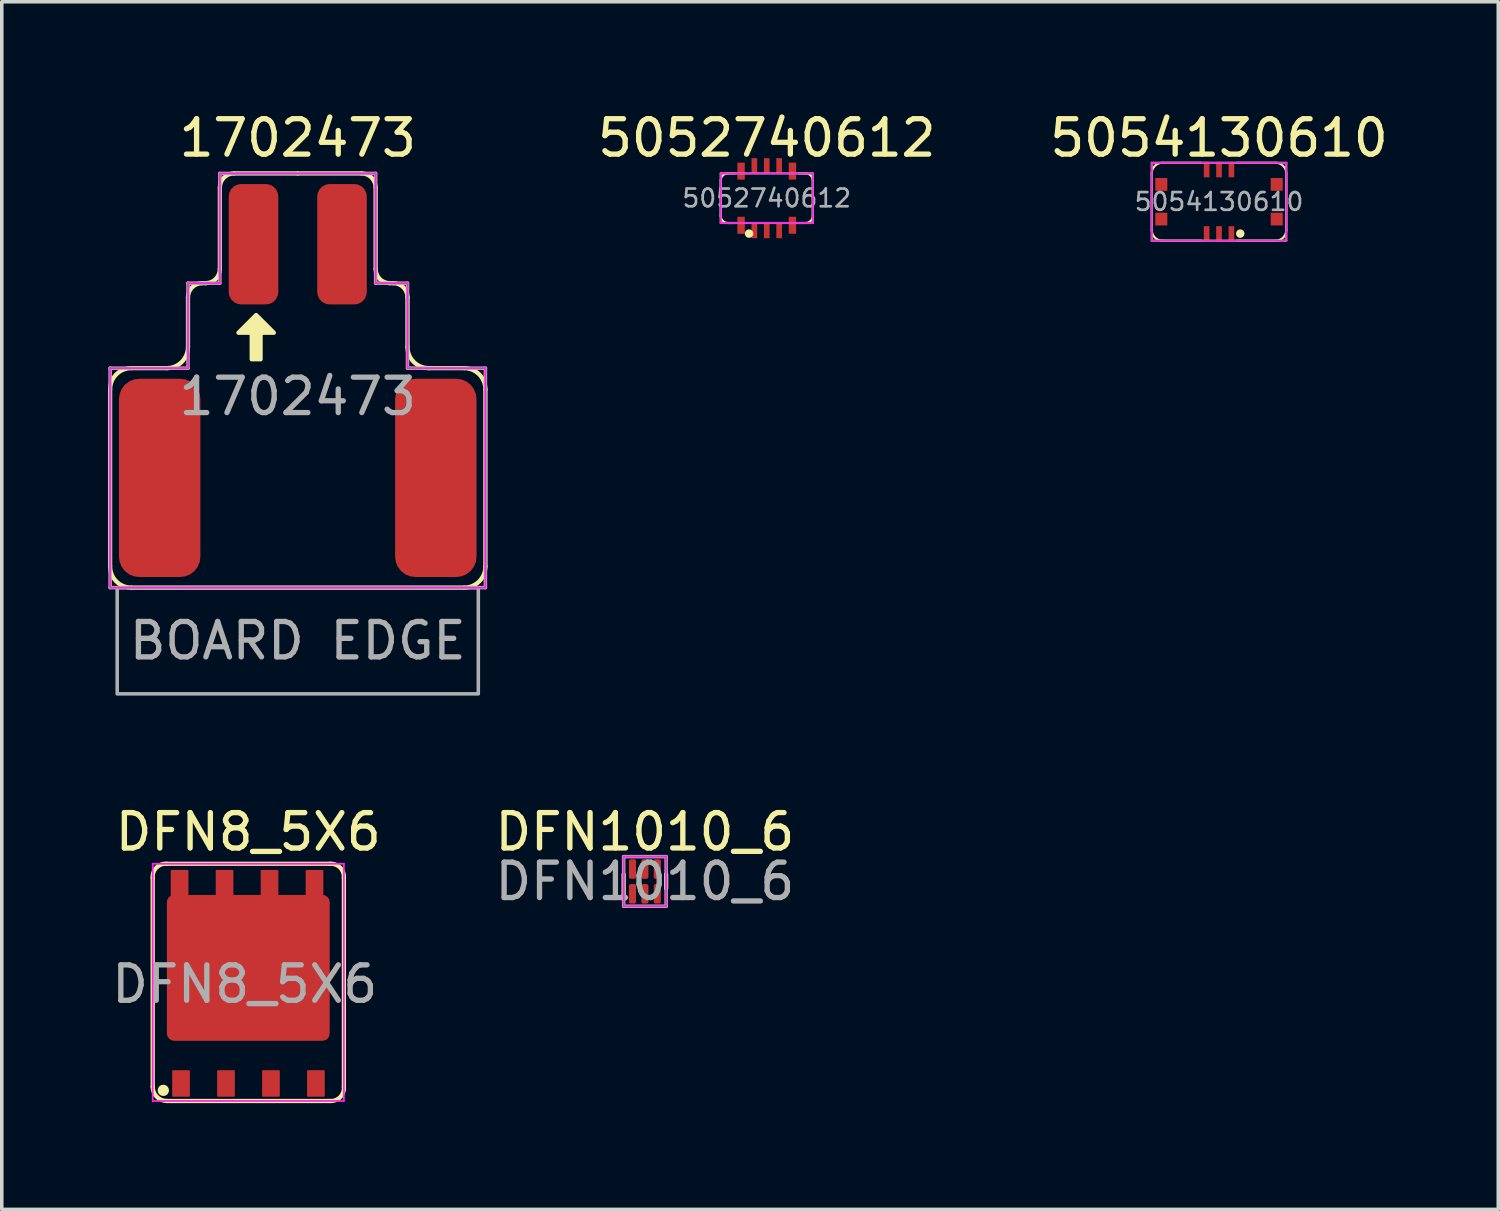
<source format=kicad_pcb>
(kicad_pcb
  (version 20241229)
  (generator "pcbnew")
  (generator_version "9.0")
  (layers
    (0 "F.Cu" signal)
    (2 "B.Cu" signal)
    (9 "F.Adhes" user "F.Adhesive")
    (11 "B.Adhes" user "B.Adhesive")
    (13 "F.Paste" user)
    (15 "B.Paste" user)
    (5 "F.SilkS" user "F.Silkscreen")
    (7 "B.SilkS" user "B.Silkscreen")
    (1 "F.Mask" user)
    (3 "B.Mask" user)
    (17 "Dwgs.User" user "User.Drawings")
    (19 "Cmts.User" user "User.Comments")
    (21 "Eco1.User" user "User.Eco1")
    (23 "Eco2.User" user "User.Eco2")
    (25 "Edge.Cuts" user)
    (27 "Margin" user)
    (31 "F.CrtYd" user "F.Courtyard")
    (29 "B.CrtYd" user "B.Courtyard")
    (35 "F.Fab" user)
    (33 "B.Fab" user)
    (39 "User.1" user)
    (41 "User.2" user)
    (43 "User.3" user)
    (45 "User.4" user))
  (footprint "5052740612"
    (layer "F.Cu")
    (at 18.607 2.548)
    (property "Reference" "5052740612" (at 0 -1.7 0) (unlocked yes) (layer "F.SilkS") (effects (font (size 1 1) (thickness 0.15))))
    (attr smd)
    (fp_line (start -1.3 0.5) (end -1.3 -0.5) (stroke (width 0.06) (type solid)) (layer "F.SilkS"))
    (fp_line (start -1.1 -0.7) (end -0.9 -0.7) (stroke (width 0.06) (type solid)) (layer "F.SilkS"))
    (fp_line (start -0.9 0.7) (end -1.1 0.7) (stroke (width 0.06) (type solid)) (layer "F.SilkS"))
    (fp_line (start 0.9 -0.7) (end 1.1 -0.7) (stroke (width 0.06) (type solid)) (layer "F.SilkS"))
    (fp_line (start 1.1 0.7) (end 0.9 0.7) (stroke (width 0.06) (type solid)) (layer "F.SilkS"))
    (fp_line (start 1.3 -0.5) (end 1.3 0.5) (stroke (width 0.06) (type solid)) (layer "F.SilkS"))
    (fp_arc (start -1.3 -0.5) (mid -1.241421 -0.641421) (end -1.1 -0.7) (stroke (width 0.06) (type solid)) (layer "F.SilkS"))
    (fp_arc (start -1.1 0.699999) (mid -1.241421 0.64142) (end -1.3 0.499999) (stroke (width 0.06) (type solid)) (layer "F.SilkS"))
    (fp_arc (start 1.1 -0.699999) (mid 1.241421 -0.64142) (end 1.3 -0.499999) (stroke (width 0.06) (type solid)) (layer "F.SilkS"))
    (fp_arc (start 1.299999 0.5) (mid 1.24142 0.641421) (end 1.099999 0.7) (stroke (width 0.06) (type solid)) (layer "F.SilkS"))
    (fp_circle (center -0.5 1) (end -0.5 1) (stroke (width 0.12) (type solid)) (fill no) (layer "F.SilkS"))
    (fp_line (start -1.3 -0.7) (end 1.3 -0.7) (stroke (width 0.05) (type solid)) (layer "F.CrtYd"))
    (fp_line (start -1.3 0.7) (end -1.3 -0.7) (stroke (width 0.05) (type solid)) (layer "F.CrtYd"))
    (fp_line (start 1.3 -0.7) (end 1.3 0.7) (stroke (width 0.05) (type solid)) (layer "F.CrtYd"))
    (fp_line (start 1.3 0.7) (end -1.3 0.7) (stroke (width 0.05) (type solid)) (layer "F.CrtYd"))
    (fp_line (start -1.3 -0.7) (end 1.3 -0.7) (stroke (width 0.06) (type solid)) (layer "F.Fab"))
    (fp_line (start -1.3 0.7) (end -1.3 -0.7) (stroke (width 0.06) (type solid)) (layer "F.Fab"))
    (fp_line (start 1.3 -0.7) (end 1.3 0.7) (stroke (width 0.06) (type solid)) (layer "F.Fab"))
    (fp_line (start 1.3 0.7) (end -1.3 0.7) (stroke (width 0.06) (type solid)) (layer "F.Fab"))
    (fp_text user "${REFERENCE}" (at 0 0 0) (unlocked yes) (layer "F.Fab") (effects (font (size 0.5 0.5) (thickness 0.075))))
    (pad "1" smd rect (at -0.35 0.91) (size 0.16 0.44) (layers "F.Cu" "F.Mask" "F.Paste"))
    (pad "2" smd rect (at -0.35 -0.91) (size 0.16 0.44) (layers "F.Cu" "F.Mask" "F.Paste"))
    (pad "3" smd rect (at 0 0.91) (size 0.16 0.44) (layers "F.Cu" "F.Mask" "F.Paste"))
    (pad "4" smd rect (at 0 -0.91) (size 0.16 0.44) (layers "F.Cu" "F.Mask" "F.Paste"))
    (pad "5" smd rect (at 0.35 0.91) (size 0.16 0.44) (layers "F.Cu" "F.Mask" "F.Paste"))
    (pad "6" smd rect (at 0.35 -0.91) (size 0.16 0.44) (layers "F.Cu" "F.Mask" "F.Paste"))
    (pad "X1" smd rect (at -0.725 -0.765) (size 0.21 0.48) (layers "F.Cu" "F.Mask" "F.Paste"))
    (pad "X1" smd rect (at -0.725 0.765) (size 0.21 0.48) (layers "F.Cu" "F.Mask" "F.Paste"))
    (pad "X2" smd rect (at 0.725 -0.765) (size 0.21 0.48) (layers "F.Cu" "F.Mask" "F.Paste"))
    (pad "X2" smd rect (at 0.725 0.765) (size 0.21 0.48) (layers "F.Cu" "F.Mask" "F.Paste")))
  (footprint "1702473"
    (layer "F.Cu")
    (at 5.36 3.848)
    (property "Reference" "1702473" (at 0 -3 0) (unlocked yes) (layer "F.SilkS") (effects (font (size 1 1) (thickness 0.15))))
    (attr smd)
    (fp_line (start -5.3 9.1) (end -5.3 4.1) (stroke (width 0.12) (type solid)) (layer "F.SilkS"))
    (fp_line (start -4.7 3.5) (end -3.7 3.5) (stroke (width 0.12) (type solid)) (layer "F.SilkS"))
    (fp_line (start -4.7 9.7) (end 4.7 9.7) (stroke (width 0.12) (type solid)) (layer "F.SilkS"))
    (fp_line (start -3.1 2.9) (end -3.1 1.5) (stroke (width 0.12) (type solid)) (layer "F.SilkS"))
    (fp_line (start -2.7 1.1) (end -2.6 1.1) (stroke (width 0.12) (type solid)) (layer "F.SilkS"))
    (fp_line (start -2.2 0.7) (end -2.2 -1.6) (stroke (width 0.12) (type solid)) (layer "F.SilkS"))
    (fp_line (start -1.8 -2) (end 0 -2) (stroke (width 0.12) (type solid)) (layer "F.SilkS"))
    (fp_line (start 1.8 -2) (end 0 -2) (stroke (width 0.12) (type solid)) (layer "F.SilkS"))
    (fp_line (start 2.2 0.7) (end 2.2 -1.6) (stroke (width 0.12) (type solid)) (layer "F.SilkS"))
    (fp_line (start 2.7 1.1) (end 2.6 1.1) (stroke (width 0.12) (type solid)) (layer "F.SilkS"))
    (fp_line (start 3.1 2.9) (end 3.1 1.5) (stroke (width 0.12) (type solid)) (layer "F.SilkS"))
    (fp_line (start 3.7 3.5) (end 4.7 3.5) (stroke (width 0.12) (type solid)) (layer "F.SilkS"))
    (fp_line (start 5.3 9.1) (end 5.3 4.1) (stroke (width 0.12) (type solid)) (layer "F.SilkS"))
    (fp_arc (start -5.3 4.1) (mid -5.124264 3.675736) (end -4.7 3.5) (stroke (width 0.12) (type solid)) (layer "F.SilkS"))
    (fp_arc (start -4.7 9.7) (mid -5.124264 9.524264) (end -5.3 9.1) (stroke (width 0.12) (type solid)) (layer "F.SilkS"))
    (fp_arc (start -3.1 1.5) (mid -2.982843 1.217157) (end -2.7 1.1) (stroke (width 0.12) (type solid)) (layer "F.SilkS"))
    (fp_arc (start -3.1 2.9) (mid -3.275736 3.324264) (end -3.7 3.5) (stroke (width 0.12) (type solid)) (layer "F.SilkS"))
    (fp_arc (start -2.2 -1.6) (mid -2.082843 -1.882843) (end -1.8 -2) (stroke (width 0.12) (type solid)) (layer "F.SilkS"))
    (fp_arc (start -2.2 0.7) (mid -2.317157 0.982843) (end -2.6 1.1) (stroke (width 0.12) (type solid)) (layer "F.SilkS"))
    (fp_arc (start 1.8 -2) (mid 2.082843 -1.882843) (end 2.2 -1.6) (stroke (width 0.12) (type solid)) (layer "F.SilkS"))
    (fp_arc (start 2.6 1.1) (mid 2.317157 0.982843) (end 2.2 0.7) (stroke (width 0.12) (type solid)) (layer "F.SilkS"))
    (fp_arc (start 2.7 1.1) (mid 2.982843 1.217157) (end 3.1 1.5) (stroke (width 0.12) (type solid)) (layer "F.SilkS"))
    (fp_arc (start 3.7 3.5) (mid 3.275736 3.324264) (end 3.1 2.9) (stroke (width 0.12) (type solid)) (layer "F.SilkS"))
    (fp_arc (start 4.7 3.5) (mid 5.124264 3.675736) (end 5.3 4.1) (stroke (width 0.12) (type solid)) (layer "F.SilkS"))
    (fp_arc (start 5.3 9.1) (mid 5.124264 9.524264) (end 4.7 9.7) (stroke (width 0.12) (type solid)) (layer "F.SilkS"))
    (fp_poly (pts (xy -1.675 2.5) (xy -1.175 2) (xy -0.675 2.5)) (stroke (width 0.12) (type solid)) (fill yes) (layer "F.SilkS"))
    (fp_poly (pts (xy -1.3 3.25) (xy -1.3 2.5) (xy -1.05 2.5) (xy -1.05 3.25)) (stroke (width 0.12) (type solid)) (fill yes) (layer "F.SilkS"))
    (fp_line (start -5.3 3.5) (end -5.3 9.7) (stroke (width 0.05) (type solid)) (layer "F.CrtYd"))
    (fp_line (start -5.3 9.7) (end 5.3 9.7) (stroke (width 0.05) (type solid)) (layer "F.CrtYd"))
    (fp_line (start -3.1 1.1) (end -3.1 3.5) (stroke (width 0.05) (type solid)) (layer "F.CrtYd"))
    (fp_line (start -3.1 3.5) (end -5.3 3.5) (stroke (width 0.05) (type solid)) (layer "F.CrtYd"))
    (fp_line (start -2.2 -2) (end -2.2 1.1) (stroke (width 0.05) (type solid)) (layer "F.CrtYd"))
    (fp_line (start -2.2 1.1) (end -3.1 1.1) (stroke (width 0.05) (type solid)) (layer "F.CrtYd"))
    (fp_line (start 2.2 -2) (end -2.2 -2) (stroke (width 0.05) (type solid)) (layer "F.CrtYd"))
    (fp_line (start 2.2 1.1) (end 2.2 -2) (stroke (width 0.05) (type solid)) (layer "F.CrtYd"))
    (fp_line (start 3.1 1.1) (end 2.2 1.1) (stroke (width 0.05) (type solid)) (layer "F.CrtYd"))
    (fp_line (start 3.1 3.5) (end 3.1 1.1) (stroke (width 0.05) (type solid)) (layer "F.CrtYd"))
    (fp_line (start 5.3 3.5) (end 3.1 3.5) (stroke (width 0.05) (type solid)) (layer "F.CrtYd"))
    (fp_line (start 5.3 9.7) (end 5.3 3.5) (stroke (width 0.05) (type solid)) (layer "F.CrtYd"))
    (fp_line (start -5.3 3.5) (end -5.3 9.7) (stroke (width 0.1) (type solid)) (layer "F.Fab"))
    (fp_line (start -5.3 9.7) (end 5.3 9.7) (stroke (width 0.1) (type solid)) (layer "F.Fab"))
    (fp_line (start -3.1 1.1) (end -3.1 3.5) (stroke (width 0.1) (type solid)) (layer "F.Fab"))
    (fp_line (start -3.1 3.5) (end -5.3 3.5) (stroke (width 0.1) (type solid)) (layer "F.Fab"))
    (fp_line (start -2.2 -2) (end -2.2 1.1) (stroke (width 0.1) (type solid)) (layer "F.Fab"))
    (fp_line (start -2.2 1.1) (end -3.1 1.1) (stroke (width 0.1) (type solid)) (layer "F.Fab"))
    (fp_line (start 2.2 -2) (end -2.2 -2) (stroke (width 0.1) (type solid)) (layer "F.Fab"))
    (fp_line (start 2.2 1.1) (end 2.2 -2) (stroke (width 0.1) (type solid)) (layer "F.Fab"))
    (fp_line (start 3.1 1.1) (end 2.2 1.1) (stroke (width 0.1) (type solid)) (layer "F.Fab"))
    (fp_line (start 3.1 3.5) (end 3.1 1.1) (stroke (width 0.1) (type solid)) (layer "F.Fab"))
    (fp_line (start 5.3 3.5) (end 3.1 3.5) (stroke (width 0.1) (type solid)) (layer "F.Fab"))
    (fp_line (start 5.3 9.7) (end 5.3 3.5) (stroke (width 0.1) (type solid)) (layer "F.Fab"))
    (fp_rect (start -5.1 12.7) (end 5.1 9.7) (stroke (width 0.1) (type solid)) (fill no) (layer "F.Fab"))
    (fp_text user "BOARD EDGE" (at 0 11.2 0) (unlocked yes) (layer "F.Fab") (effects (font (size 1 1) (thickness 0.15))))
    (fp_text user "${REFERENCE}" (at 0 4.3 0) (unlocked yes) (layer "F.Fab") (effects (font (size 1 1) (thickness 0.15))))
    (pad "1" smd roundrect (at -1.25 0) (size 1.4 3.4) (layers "F.Cu" "F.Mask" "F.Paste") (roundrect_rratio 0.25))
    (pad "2" smd roundrect (at 1.25 0) (size 1.4 3.4) (layers "F.Cu" "F.Mask" "F.Paste") (roundrect_rratio 0.25))
    (pad "X" smd roundrect (at -3.9 6.6) (size 2.3 5.6) (layers "F.Cu" "F.Mask" "F.Paste") (roundrect_rratio 0.25))
    (pad "X" smd roundrect (at 3.9 6.6) (size 2.3 5.6) (layers "F.Cu" "F.Mask" "F.Paste") (roundrect_rratio 0.25)))
  (footprint "5054130610"
    (layer "F.Cu")
    (at 31.381 2.648)
    (property "Reference" "5054130610" (at 0 -1.8 0) (unlocked yes) (layer "F.SilkS") (effects (font (size 1 1) (thickness 0.15))))
    (attr smd)
    (fp_line (start -1.9 0.8) (end -1.9 -0.8) (stroke (width 0.06) (type solid)) (layer "F.SilkS"))
    (fp_line (start -1.6 -1.1) (end -0.5 -1.1) (stroke (width 0.06) (type solid)) (layer "F.SilkS"))
    (fp_line (start -0.5 1.1) (end -1.6 1.1) (stroke (width 0.06) (type solid)) (layer "F.SilkS"))
    (fp_line (start 0.5 -1.1) (end 1.6 -1.1) (stroke (width 0.06) (type solid)) (layer "F.SilkS"))
    (fp_line (start 1.6 1.1) (end 0.5 1.1) (stroke (width 0.06) (type solid)) (layer "F.SilkS"))
    (fp_line (start 1.9 -0.8) (end 1.9 0.8) (stroke (width 0.06) (type solid)) (layer "F.SilkS"))
    (fp_arc (start -1.9 -0.8) (mid -1.812132 -1.012132) (end -1.6 -1.1) (stroke (width 0.06) (type solid)) (layer "F.SilkS"))
    (fp_arc (start -1.6 1.099999) (mid -1.812132 1.012131) (end -1.9 0.799999) (stroke (width 0.06) (type solid)) (layer "F.SilkS"))
    (fp_arc (start 1.6 -1.099999) (mid 1.812132 -1.012131) (end 1.9 -0.799999) (stroke (width 0.06) (type solid)) (layer "F.SilkS"))
    (fp_arc (start 1.899999 0.8) (mid 1.812131 1.012132) (end 1.599999 1.1) (stroke (width 0.06) (type solid)) (layer "F.SilkS"))
    (fp_circle (center 0.6 0.9) (end 0.6 0.9) (stroke (width 0.12) (type solid)) (fill no) (layer "F.SilkS"))
    (fp_line (start -1.9 -1.1) (end 1.9 -1.1) (stroke (width 0.05) (type solid)) (layer "F.CrtYd"))
    (fp_line (start -1.9 1.1) (end -1.9 -1.1) (stroke (width 0.05) (type solid)) (layer "F.CrtYd"))
    (fp_line (start 1.9 -1.1) (end 1.9 1.1) (stroke (width 0.05) (type solid)) (layer "F.CrtYd"))
    (fp_line (start 1.9 1.1) (end -1.9 1.1) (stroke (width 0.05) (type solid)) (layer "F.CrtYd"))
    (fp_line (start -1.9 -1.1) (end 1.9 -1.1) (stroke (width 0.06) (type solid)) (layer "F.Fab"))
    (fp_line (start -1.9 1.1) (end -1.9 -1.1) (stroke (width 0.06) (type solid)) (layer "F.Fab"))
    (fp_line (start 1.9 -1.1) (end 1.9 1.1) (stroke (width 0.06) (type solid)) (layer "F.Fab"))
    (fp_line (start 1.9 1.1) (end -1.9 1.1) (stroke (width 0.06) (type solid)) (layer "F.Fab"))
    (fp_text user "${REFERENCE}" (at 0 0 0) (unlocked yes) (layer "F.Fab") (effects (font (size 0.5 0.5) (thickness 0.075))))
    (pad "1" smd rect (at 0.35 0.91) (size 0.16 0.44) (layers "F.Cu" "F.Mask" "F.Paste"))
    (pad "2" smd rect (at 0.35 -0.91) (size 0.16 0.44) (layers "F.Cu" "F.Mask" "F.Paste"))
    (pad "3" smd rect (at 0 0.91) (size 0.16 0.44) (layers "F.Cu" "F.Mask" "F.Paste"))
    (pad "4" smd rect (at 0 -0.91) (size 0.16 0.44) (layers "F.Cu" "F.Mask" "F.Paste"))
    (pad "5" smd rect (at -0.35 0.91) (size 0.16 0.44) (layers "F.Cu" "F.Mask" "F.Paste"))
    (pad "6" smd rect (at -0.35 -0.91) (size 0.16 0.44) (layers "F.Cu" "F.Mask" "F.Paste"))
    (pad "X1" smd rect (at 1.63 -0.49) (size 0.34 0.36) (layers "F.Cu" "F.Mask" "F.Paste"))
    (pad "X1" smd rect (at 1.63 0.49) (size 0.34 0.36) (layers "F.Cu" "F.Mask" "F.Paste"))
    (pad "X2" smd rect (at -1.63 -0.49) (size 0.34 0.36) (layers "F.Cu" "F.Mask" "F.Paste"))
    (pad "X2" smd rect (at -1.63 0.49) (size 0.34 0.36) (layers "F.Cu" "F.Mask" "F.Paste")))
  (footprint "DFN1010_6"
    (layer "F.Cu")
    (at 15.165 21.846)
    (property "Reference" "DFN1010_6" (at 0 -1.4 0) (unlocked yes) (layer "F.SilkS") (effects (font (size 1 1) (thickness 0.15))))
    (attr smd)
    (fp_line (start -0.6 -0.2) (end -0.6 0.5) (stroke (width 0.12) (type solid)) (layer "F.SilkS"))
    (fp_line (start 0.6 -0.2) (end 0.6 0.2) (stroke (width 0.12) (type solid)) (layer "F.SilkS"))
    (fp_line (start -0.6 -0.7) (end 0.6 -0.7) (stroke (width 0.05) (type solid)) (layer "F.CrtYd"))
    (fp_line (start -0.6 0.7) (end -0.6 -0.7) (stroke (width 0.05) (type solid)) (layer "F.CrtYd"))
    (fp_line (start 0.6 -0.7) (end 0.6 0.7) (stroke (width 0.05) (type solid)) (layer "F.CrtYd"))
    (fp_line (start 0.6 0.7) (end -0.6 0.7) (stroke (width 0.05) (type solid)) (layer "F.CrtYd"))
    (fp_line (start -0.6 -0.7) (end 0.6 -0.7) (stroke (width 0.1) (type solid)) (layer "F.Fab"))
    (fp_line (start -0.6 0.7) (end -0.6 -0.7) (stroke (width 0.1) (type solid)) (layer "F.Fab"))
    (fp_line (start 0.6 -0.7) (end 0.6 0.7) (stroke (width 0.1) (type solid)) (layer "F.Fab"))
    (fp_line (start 0.6 0.7) (end -0.6 0.7) (stroke (width 0.1) (type solid)) (layer "F.Fab"))
    (fp_text user "${REFERENCE}" (at 0 0 0) (unlocked yes) (layer "F.Fab") (effects (font (size 1 1) (thickness 0.15))))
    (pad "1" smd roundrect (at -0.35 0.35) (size 0.2 0.55) (layers "F.Cu" "F.Mask" "F.Paste") (roundrect_rratio 0.25))
    (pad "2" smd roundrect (at 0 0.35) (size 0.2 0.55) (layers "F.Cu" "F.Mask" "F.Paste") (roundrect_rratio 0.25))
    (pad "3" smd roundrect (at 0.35 0.35) (size 0.2 0.55) (layers "F.Cu" "F.Mask" "F.Paste") (roundrect_rratio 0.25))
    (pad "4" smd roundrect (at 0.35 -0.35) (size 0.2 0.55) (layers "F.Cu" "F.Mask" "F.Paste") (roundrect_rratio 0.25))
    (pad "5" smd roundrect (at 0 -0.35) (size 0.2 0.55) (layers "F.Cu" "F.Mask" "F.Paste") (roundrect_rratio 0.25))
    (pad "6" smd roundrect (at -0.35 -0.35) (size 0.2 0.55) (layers "F.Cu" "F.Mask" "F.Paste") (roundrect_rratio 0.25)))
  (footprint "DFN8_5X6"
    (layer "F.Cu")
    (at 3.963 24.747)
    (property "Reference" "DFN8_5X6" (at 0 -4.3 0) (unlocked yes) (layer "F.SilkS") (effects (font (size 1 1) (thickness 0.15))))
    (attr smd)
    (fp_line (start -2.7 -3) (end -2.7 2.9) (stroke (width 0.12) (type solid)) (layer "F.SilkS"))
    (fp_line (start -2.3 -3.4) (end 2.3 -3.4) (stroke (width 0.12) (type solid)) (layer "F.SilkS"))
    (fp_line (start -2.3 3.3) (end 2.3 3.3) (stroke (width 0.12) (type solid)) (layer "F.SilkS"))
    (fp_line (start 2.7 2.9) (end 2.7 -3) (stroke (width 0.12) (type solid)) (layer "F.SilkS"))
    (fp_arc (start -2.7 -3) (mid -2.593074 -3.293074) (end -2.3 -3.4) (stroke (width 0.12) (type solid)) (layer "F.SilkS"))
    (fp_arc (start -2.3 3.3) (mid -2.582843 3.182843) (end -2.7 2.9) (stroke (width 0.12) (type solid)) (layer "F.SilkS"))
    (fp_arc (start 2.3 -3.4) (mid 2.593074 -3.293074) (end 2.7 -3) (stroke (width 0.12) (type solid)) (layer "F.SilkS"))
    (fp_arc (start 2.7 2.9) (mid 2.593074 3.193074) (end 2.3 3.3) (stroke (width 0.12) (type solid)) (layer "F.SilkS"))
    (fp_circle (center -2.4 3) (end -2.4 3) (stroke (width 0.12) (type solid)) (fill no) (layer "F.SilkS"))
    (fp_circle (center -2.4 3) (end -2.4 3.1) (stroke (width 0.12) (type solid)) (fill no) (layer "F.SilkS"))
    (fp_line (start -2.7 -3.4) (end 2.7 -3.4) (stroke (width 0.05) (type solid)) (layer "F.CrtYd"))
    (fp_line (start -2.7 3.3) (end -2.7 -3.4) (stroke (width 0.05) (type solid)) (layer "F.CrtYd"))
    (fp_line (start 2.7 -3.4) (end 2.7 3.3) (stroke (width 0.05) (type solid)) (layer "F.CrtYd"))
    (fp_line (start 2.7 3.3) (end -2.7 3.3) (stroke (width 0.05) (type solid)) (layer "F.CrtYd"))
    (fp_text user "${REFERENCE}" (at -0.1 0 0) (unlocked yes) (layer "F.Fab") (effects (font (size 1 1) (thickness 0.15))))
    (pad "1" smd roundrect (at -1.9 2.805) (size 0.5 0.75) (layers "F.Cu" "F.Mask" "F.Paste") (roundrect_rratio 0.05))
    (pad "2" smd roundrect (at -0.63 2.805) (size 0.5 0.75) (layers "F.Cu" "F.Mask" "F.Paste") (roundrect_rratio 0.05))
    (pad "3" smd roundrect (at 0.64 2.805) (size 0.5 0.75) (layers "F.Cu" "F.Mask" "F.Paste") (roundrect_rratio 0.05))
    (pad "4" smd roundrect (at 1.91 2.805) (size 0.5 0.75) (layers "F.Cu" "F.Mask" "F.Paste") (roundrect_rratio 0.05))
    (pad "5" smd roundrect (at 0 -0.46) (size 4.6 4.12) (layers "F.Cu" "F.Mask" "F.Paste") (roundrect_rratio 0.05))
    (pad "5" smd roundrect (at 1.87 -2.85 180) (size 0.5 0.75) (layers "F.Cu" "F.Mask" "F.Paste") (roundrect_rratio 0.05))
    (pad "6" smd roundrect (at 0.6 -2.85 180) (size 0.5 0.75) (layers "F.Cu" "F.Mask" "F.Paste") (roundrect_rratio 0.05))
    (pad "7" smd roundrect (at -0.67 -2.85 180) (size 0.5 0.75) (layers "F.Cu" "F.Mask" "F.Paste") (roundrect_rratio 0.05))
    (pad "8" smd roundrect (at -1.94 -2.85 180) (size 0.5 0.75) (layers "F.Cu" "F.Mask" "F.Paste") (roundrect_rratio 0.05)))
  (gr_rect
    (start -3 -3)
    (end 39.268 31.108)
    (stroke (width 0.1) (type default))
    (fill no)
    (layer "Edge.Cuts")))
</source>
